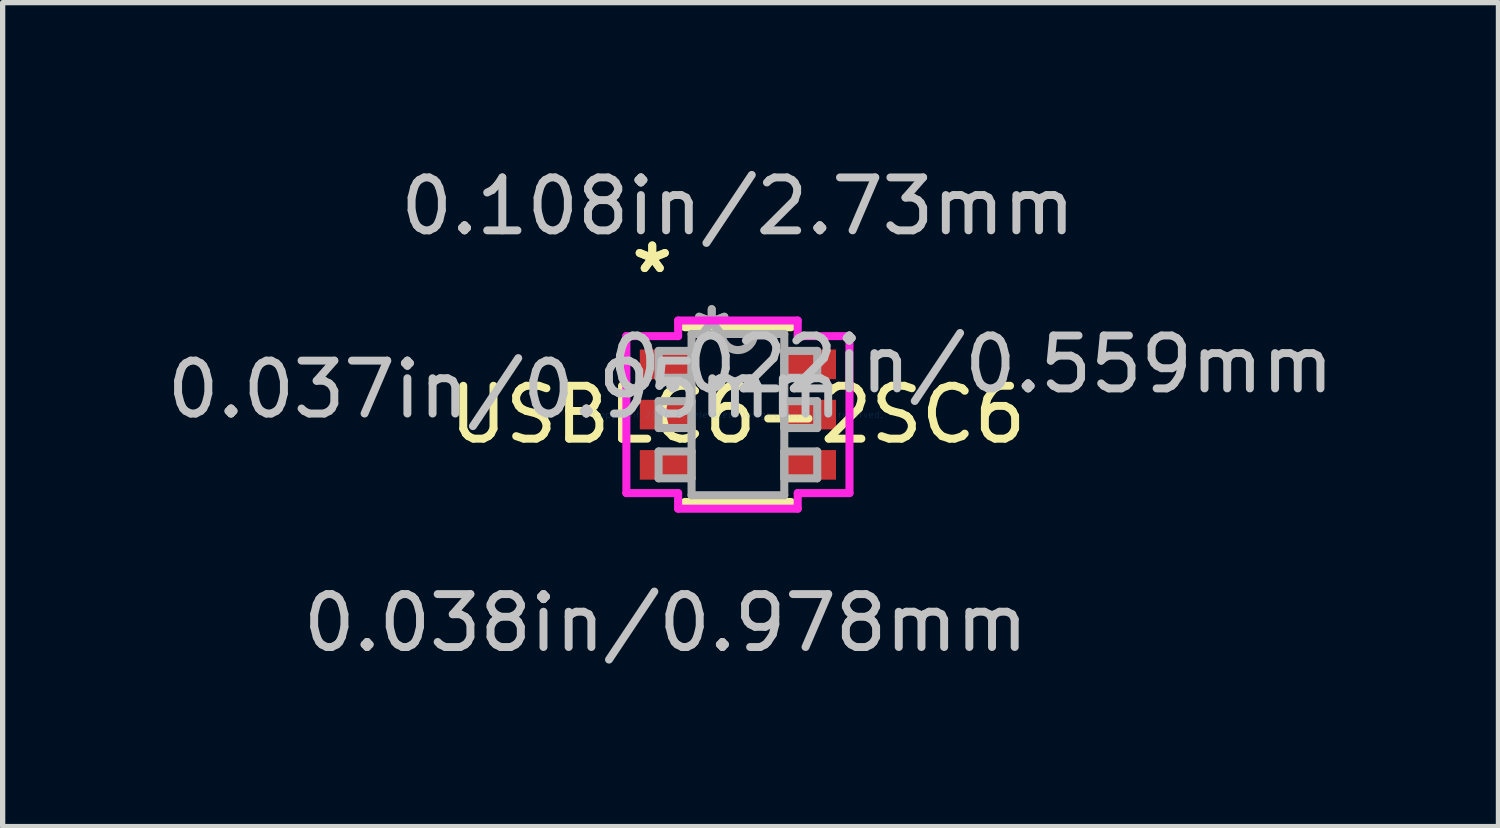
<source format=kicad_pcb>
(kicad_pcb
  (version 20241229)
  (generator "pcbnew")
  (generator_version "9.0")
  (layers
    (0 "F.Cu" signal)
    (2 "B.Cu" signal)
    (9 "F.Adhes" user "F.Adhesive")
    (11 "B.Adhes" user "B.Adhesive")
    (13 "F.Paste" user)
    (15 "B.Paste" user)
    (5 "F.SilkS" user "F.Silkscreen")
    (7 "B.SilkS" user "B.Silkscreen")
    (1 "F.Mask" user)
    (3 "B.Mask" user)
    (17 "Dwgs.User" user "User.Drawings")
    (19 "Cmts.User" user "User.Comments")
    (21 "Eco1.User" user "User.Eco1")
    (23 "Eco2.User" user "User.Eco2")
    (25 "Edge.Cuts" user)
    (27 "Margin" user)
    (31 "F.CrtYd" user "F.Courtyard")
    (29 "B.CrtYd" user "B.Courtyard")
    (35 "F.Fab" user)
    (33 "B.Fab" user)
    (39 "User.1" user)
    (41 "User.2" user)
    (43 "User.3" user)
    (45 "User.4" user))
  (footprint "USBLC6-2SC6"
    (layer "F.Cu")
    (at 10.895 4.785)
    (property "Reference" "USBLC6-2SC6" (at 0 0 0) (layer "F.SilkS") (effects (font (size 1 1) (thickness 0.15))))
    (attr through_hole)
    (fp_line (start -1.003 1.651) (end 1.003 1.651) (stroke (width 0.152) (type solid)) (layer "F.SilkS"))
    (fp_line (start 1.003 -1.651) (end -1.003 -1.651) (stroke (width 0.152) (type solid)) (layer "F.SilkS"))
    (fp_line (start -2.108 -1.483) (end -1.13 -1.483) (stroke (width 0.152) (type solid)) (layer "F.CrtYd"))
    (fp_line (start -2.108 1.483) (end -2.108 -1.483) (stroke (width 0.152) (type solid)) (layer "F.CrtYd"))
    (fp_line (start -1.13 -1.778) (end 1.13 -1.778) (stroke (width 0.152) (type solid)) (layer "F.CrtYd"))
    (fp_line (start -1.13 -1.483) (end -1.13 -1.778) (stroke (width 0.152) (type solid)) (layer "F.CrtYd"))
    (fp_line (start -1.13 1.483) (end -2.108 1.483) (stroke (width 0.152) (type solid)) (layer "F.CrtYd"))
    (fp_line (start -1.13 1.778) (end -1.13 1.483) (stroke (width 0.152) (type solid)) (layer "F.CrtYd"))
    (fp_line (start 1.13 -1.778) (end 1.13 -1.483) (stroke (width 0.152) (type solid)) (layer "F.CrtYd"))
    (fp_line (start 1.13 -1.483) (end 2.108 -1.483) (stroke (width 0.152) (type solid)) (layer "F.CrtYd"))
    (fp_line (start 1.13 1.483) (end 1.13 1.778) (stroke (width 0.152) (type solid)) (layer "F.CrtYd"))
    (fp_line (start 1.13 1.778) (end -1.13 1.778) (stroke (width 0.152) (type solid)) (layer "F.CrtYd"))
    (fp_line (start 2.108 -1.483) (end 2.108 1.483) (stroke (width 0.152) (type solid)) (layer "F.CrtYd"))
    (fp_line (start 2.108 1.483) (end 1.13 1.483) (stroke (width 0.152) (type solid)) (layer "F.CrtYd"))
    (fp_line (start -1.499 -1.204) (end -1.499 -0.696) (stroke (width 0.152) (type solid)) (layer "F.Fab"))
    (fp_line (start -1.499 -0.696) (end -0.876 -0.696) (stroke (width 0.152) (type solid)) (layer "F.Fab"))
    (fp_line (start -1.499 -0.254) (end -1.499 0.254) (stroke (width 0.152) (type solid)) (layer "F.Fab"))
    (fp_line (start -1.499 0.254) (end -0.876 0.254) (stroke (width 0.152) (type solid)) (layer "F.Fab"))
    (fp_line (start -1.499 0.696) (end -1.499 1.204) (stroke (width 0.152) (type solid)) (layer "F.Fab"))
    (fp_line (start -1.499 1.204) (end -0.876 1.204) (stroke (width 0.152) (type solid)) (layer "F.Fab"))
    (fp_line (start -0.876 -1.524) (end -0.876 1.524) (stroke (width 0.152) (type solid)) (layer "F.Fab"))
    (fp_line (start -0.876 -1.204) (end -1.499 -1.204) (stroke (width 0.152) (type solid)) (layer "F.Fab"))
    (fp_line (start -0.876 -0.696) (end -0.876 -1.204) (stroke (width 0.152) (type solid)) (layer "F.Fab"))
    (fp_line (start -0.876 -0.254) (end -1.499 -0.254) (stroke (width 0.152) (type solid)) (layer "F.Fab"))
    (fp_line (start -0.876 0.254) (end -0.876 -0.254) (stroke (width 0.152) (type solid)) (layer "F.Fab"))
    (fp_line (start -0.876 0.696) (end -1.499 0.696) (stroke (width 0.152) (type solid)) (layer "F.Fab"))
    (fp_line (start -0.876 1.204) (end -0.876 0.696) (stroke (width 0.152) (type solid)) (layer "F.Fab"))
    (fp_line (start -0.876 1.524) (end 0.876 1.524) (stroke (width 0.152) (type solid)) (layer "F.Fab"))
    (fp_line (start 0.876 -1.524) (end -0.876 -1.524) (stroke (width 0.152) (type solid)) (layer "F.Fab"))
    (fp_line (start 0.876 -1.204) (end 0.876 -0.696) (stroke (width 0.152) (type solid)) (layer "F.Fab"))
    (fp_line (start 0.876 -0.696) (end 1.499 -0.696) (stroke (width 0.152) (type solid)) (layer "F.Fab"))
    (fp_line (start 0.876 -0.254) (end 0.876 0.254) (stroke (width 0.152) (type solid)) (layer "F.Fab"))
    (fp_line (start 0.876 0.254) (end 1.499 0.254) (stroke (width 0.152) (type solid)) (layer "F.Fab"))
    (fp_line (start 0.876 0.696) (end 0.876 1.204) (stroke (width 0.152) (type solid)) (layer "F.Fab"))
    (fp_line (start 0.876 1.204) (end 1.499 1.204) (stroke (width 0.152) (type solid)) (layer "F.Fab"))
    (fp_line (start 0.876 1.524) (end 0.876 -1.524) (stroke (width 0.152) (type solid)) (layer "F.Fab"))
    (fp_line (start 1.499 -1.204) (end 0.876 -1.204) (stroke (width 0.152) (type solid)) (layer "F.Fab"))
    (fp_line (start 1.499 -0.696) (end 1.499 -1.204) (stroke (width 0.152) (type solid)) (layer "F.Fab"))
    (fp_line (start 1.499 -0.254) (end 0.876 -0.254) (stroke (width 0.152) (type solid)) (layer "F.Fab"))
    (fp_line (start 1.499 0.254) (end 1.499 -0.254) (stroke (width 0.152) (type solid)) (layer "F.Fab"))
    (fp_line (start 1.499 0.696) (end 0.876 0.696) (stroke (width 0.152) (type solid)) (layer "F.Fab"))
    (fp_line (start 1.499 1.204) (end 1.499 0.696) (stroke (width 0.152) (type solid)) (layer "F.Fab"))
    (fp_arc (start 0.3048 -1.524) (mid 0 -1.2192) (end -0.3048 -1.524) (stroke (width 0.1524) (type solid)) (layer "F.Fab"))
    (fp_text user "*" (at -1.619 -2.652 0) (layer "F.SilkS") (effects (font (size 1 1) (thickness 0.15))))
    (fp_text user "*" (at -1.619 -2.652 0) (layer "F.SilkS") (effects (font (size 1 1) (thickness 0.15))))
    (fp_text user "0.037in/0.95mm" (at -4.413 -0.475 0) (layer "Dwgs.User") (effects (font (size 1 1) (thickness 0.15))))
    (fp_text user "0.038in/0.978mm" (at -1.365 3.937 0) (layer "Dwgs.User") (effects (font (size 1 1) (thickness 0.15))))
    (fp_text user "0.108in/2.73mm" (at 0 -3.937 0) (layer "Dwgs.User") (effects (font (size 1 1) (thickness 0.15))))
    (fp_text user "0.022in/0.559mm" (at 4.413 -0.95 0) (layer "Dwgs.User") (effects (font (size 1 1) (thickness 0.15))))
    (fp_text user "Copyright 2016 Accelerated Designs. All rights reserved." (at 0 0 0) (layer "Cmts.User") (effects (font (size 0.127 0.127) (thickness 0.002))))
    (fp_text user "*" (at -0.495 -1.448 0) (layer "F.Fab") (effects (font (size 1 1) (thickness 0.15))))
    (fp_text user "*" (at -0.495 -1.448 0) (layer "F.Fab") (effects (font (size 1 1) (thickness 0.15))))
    (pad "1" smd rect (at -1.365 -0.95) (size 0.978 0.559) (layers "F.Cu" "F.Mask" "F.Paste"))
    (pad "2" smd rect (at -1.365 0) (size 0.978 0.559) (layers "F.Cu" "F.Mask" "F.Paste"))
    (pad "3" smd rect (at -1.365 0.95) (size 0.978 0.559) (layers "F.Cu" "F.Mask" "F.Paste"))
    (pad "4" smd rect (at 1.365 0.95) (size 0.978 0.559) (layers "F.Cu" "F.Mask" "F.Paste"))
    (pad "5" smd rect (at 1.365 0) (size 0.978 0.559) (layers "F.Cu" "F.Mask" "F.Paste"))
    (pad "6" smd rect (at 1.365 -0.95) (size 0.978 0.559) (layers "F.Cu" "F.Mask" "F.Paste")))
  (gr_rect
    (start -3 -3)
    (end 25.267 12.57)
    (stroke (width 0.1) (type default))
    (fill no)
    (layer "Edge.Cuts")))
</source>
